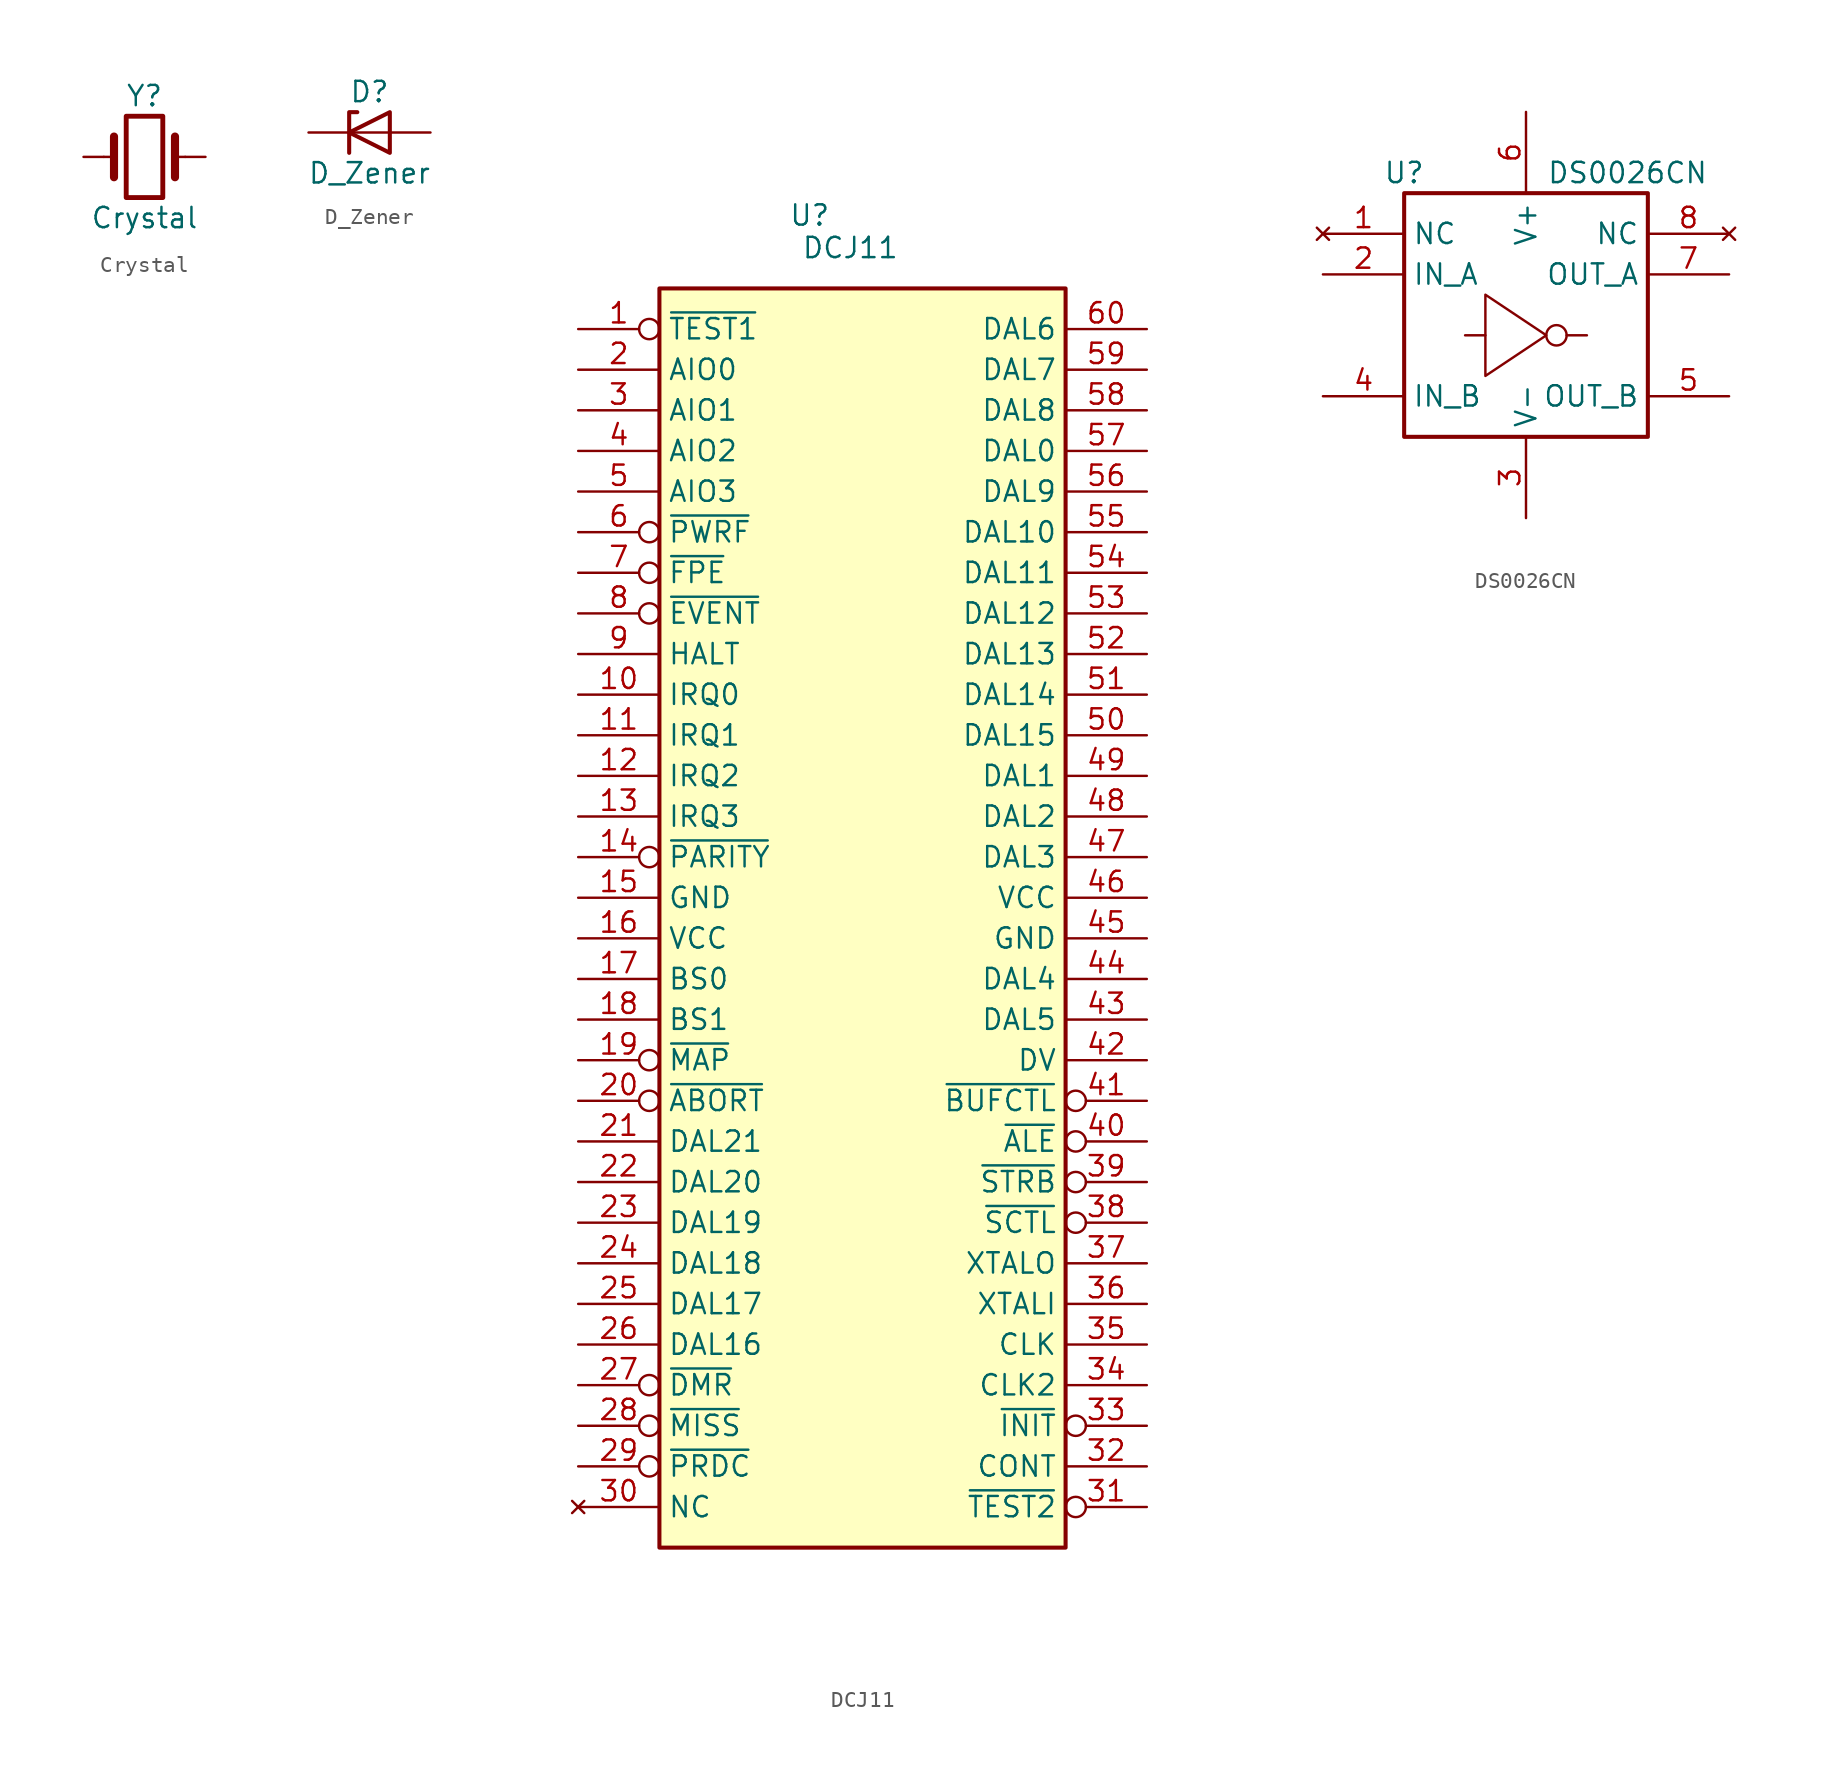
<source format=kicad_sym>
(kicad_symbol_lib
  (version 20241209)
  (generator "kicad_symbol_editor")
  (generator_version "9.0")
  (symbol "Crystal"
    (pin_numbers
      (hide yes))
    (pin_names
      (offset 1.016)
      (hide yes))
    (property "Reference" "Y"
      (at 0 3.81 0)
      (effects (font (size 1.27 1.27))))
    (property "Value" "Crystal"
      (at 0 -3.81 0)
      (effects (font (size 1.27 1.27))))
    (symbol "Crystal_0_1"
      (polyline (pts (xy -2.54 0) (xy -1.905 0)) (stroke (width 0) (type default)) (fill (type none)))
      (polyline (pts (xy -1.905 -1.27) (xy -1.905 1.27)) (stroke (width 0.508) (type default)) (fill (type none)))
      (rectangle (start -1.143 2.54) (end 1.143 -2.54) (stroke (width 0.305) (type default)) (fill (type none)))
      (polyline (pts (xy 1.905 -1.27) (xy 1.905 1.27)) (stroke (width 0.508) (type default)) (fill (type none)))
      (polyline (pts (xy 2.54 0) (xy 1.905 0)) (stroke (width 0) (type default)) (fill (type none))))
    (symbol "Crystal_1_1"
      (pin passive line (at -3.81 0 0) (length 1.27) (name "1" (effects (font (size 1.27 1.27)))) (number "1" (effects (font (size 1.27 1.27)))))
      (pin passive line (at 3.81 0 180) (length 1.27) (name "2" (effects (font (size 1.27 1.27)))) (number "2" (effects (font (size 1.27 1.27)))))))
  (symbol "D_Zener"
    (pin_numbers
      (hide yes))
    (pin_names
      (offset 1.016)
      (hide yes))
    (property "Reference" "D"
      (at 0 2.54 0)
      (effects (font (size 1.27 1.27))))
    (property "Value" "D_Zener"
      (at 0 -2.54 0)
      (effects (font (size 1.27 1.27))))
    (symbol "D_Zener_0_1"
      (polyline (pts (xy -1.27 -1.27) (xy -1.27 1.27) (xy -0.762 1.27)) (stroke (width 0.254) (type default)) (fill (type none)))
      (polyline (pts (xy 1.27 0) (xy -1.27 0)) (stroke (width 0) (type default)) (fill (type none)))
      (polyline (pts (xy 1.27 -1.27) (xy 1.27 1.27) (xy -1.27 0) (xy 1.27 -1.27)) (stroke (width 0.254) (type default)) (fill (type none))))
    (symbol "D_Zener_1_1"
      (pin passive line (at -3.81 0 0) (length 2.54) (name "K" (effects (font (size 1.27 1.27)))) (number "1" (effects (font (size 1.27 1.27)))))
      (pin passive line (at 3.81 0 180) (length 2.54) (name "A" (effects (font (size 1.27 1.27)))) (number "2" (effects (font (size 1.27 1.27)))))))
  (symbol "DCJ11"
    (property "Reference" "U"
      (at -3.302 42.672 0)
      (effects (font (size 1.27 1.27))))
    (property "Value" "DCJ11"
      (at -0.762 40.64 0)
      (effects (font (size 1.27 1.27))))
    (symbol "DCJ11_0_1"
      (rectangle (start -12.7 38.1) (end 12.7 -40.64) (stroke (width 0.254) (type default)) (fill (type background))))
    (symbol "DCJ11_1_1"
      (pin input inverted (at -17.78 35.56 0) (length 5.08) (name "~{TEST1}" (effects (font (size 1.27 1.27)))) (number "1" (effects (font (size 1.27 1.27)))))
      (pin bidirectional line (at -17.78 33.02 0) (length 5.08) (name "AIO0" (effects (font (size 1.27 1.27)))) (number "2" (effects (font (size 1.27 1.27)))))
      (pin bidirectional line (at -17.78 30.48 0) (length 5.08) (name "AIO1" (effects (font (size 1.27 1.27)))) (number "3" (effects (font (size 1.27 1.27)))))
      (pin bidirectional line (at -17.78 27.94 0) (length 5.08) (name "AIO2" (effects (font (size 1.27 1.27)))) (number "4" (effects (font (size 1.27 1.27)))))
      (pin bidirectional line (at -17.78 25.4 0) (length 5.08) (name "AIO3" (effects (font (size 1.27 1.27)))) (number "5" (effects (font (size 1.27 1.27)))))
      (pin input inverted (at -17.78 22.86 0) (length 5.08) (name "~{PWRF}" (effects (font (size 1.27 1.27)))) (number "6" (effects (font (size 1.27 1.27)))))
      (pin input inverted (at -17.78 20.32 0) (length 5.08) (name "~{FPE}" (effects (font (size 1.27 1.27)))) (number "7" (effects (font (size 1.27 1.27)))))
      (pin input inverted (at -17.78 17.78 0) (length 5.08) (name "~{EVENT}" (effects (font (size 1.27 1.27)))) (number "8" (effects (font (size 1.27 1.27)))))
      (pin input line (at -17.78 15.24 0) (length 5.08) (name "HALT" (effects (font (size 1.27 1.27)))) (number "9" (effects (font (size 1.27 1.27)))))
      (pin input line (at -17.78 12.7 0) (length 5.08) (name "IRQ0" (effects (font (size 1.27 1.27)))) (number "10" (effects (font (size 1.27 1.27)))))
      (pin input line (at -17.78 10.16 0) (length 5.08) (name "IRQ1" (effects (font (size 1.27 1.27)))) (number "11" (effects (font (size 1.27 1.27)))))
      (pin input line (at -17.78 7.62 0) (length 5.08) (name "IRQ2" (effects (font (size 1.27 1.27)))) (number "12" (effects (font (size 1.27 1.27)))))
      (pin input line (at -17.78 5.08 0) (length 5.08) (name "IRQ3" (effects (font (size 1.27 1.27)))) (number "13" (effects (font (size 1.27 1.27)))))
      (pin input inverted (at -17.78 2.54 0) (length 5.08) (name "~{PARITY}" (effects (font (size 1.27 1.27)))) (number "14" (effects (font (size 1.27 1.27)))))
      (pin power_in line (at -17.78 0 0) (length 5.08) (name "GND" (effects (font (size 1.27 1.27)))) (number "15" (effects (font (size 1.27 1.27)))))
      (pin power_in line (at -17.78 -2.54 0) (length 5.08) (name "VCC" (effects (font (size 1.27 1.27)))) (number "16" (effects (font (size 1.27 1.27)))))
      (pin output line (at -17.78 -5.08 0) (length 5.08) (name "BS0" (effects (font (size 1.27 1.27)))) (number "17" (effects (font (size 1.27 1.27)))))
      (pin output line (at -17.78 -7.62 0) (length 5.08) (name "BS1" (effects (font (size 1.27 1.27)))) (number "18" (effects (font (size 1.27 1.27)))))
      (pin output inverted (at -17.78 -10.16 0) (length 5.08) (name "~{MAP}" (effects (font (size 1.27 1.27)))) (number "19" (effects (font (size 1.27 1.27)))))
      (pin bidirectional inverted (at -17.78 -12.7 0) (length 5.08) (name "~{ABORT}" (effects (font (size 1.27 1.27)))) (number "20" (effects (font (size 1.27 1.27)))))
      (pin output line (at -17.78 -15.24 0) (length 5.08) (name "DAL21" (effects (font (size 1.27 1.27)))) (number "21" (effects (font (size 1.27 1.27)))))
      (pin output line (at -17.78 -17.78 0) (length 5.08) (name "DAL20" (effects (font (size 1.27 1.27)))) (number "22" (effects (font (size 1.27 1.27)))))
      (pin output line (at -17.78 -20.32 0) (length 5.08) (name "DAL19" (effects (font (size 1.27 1.27)))) (number "23" (effects (font (size 1.27 1.27)))))
      (pin output line (at -17.78 -22.86 0) (length 5.08) (name "DAL18" (effects (font (size 1.27 1.27)))) (number "24" (effects (font (size 1.27 1.27)))))
      (pin output line (at -17.78 -25.4 0) (length 5.08) (name "DAL17" (effects (font (size 1.27 1.27)))) (number "25" (effects (font (size 1.27 1.27)))))
      (pin output line (at -17.78 -27.94 0) (length 5.08) (name "DAL16" (effects (font (size 1.27 1.27)))) (number "26" (effects (font (size 1.27 1.27)))))
      (pin input inverted (at -17.78 -30.48 0) (length 5.08) (name "~{DMR}" (effects (font (size 1.27 1.27)))) (number "27" (effects (font (size 1.27 1.27)))))
      (pin input inverted (at -17.78 -33.02 0) (length 5.08) (name "~{MISS}" (effects (font (size 1.27 1.27)))) (number "28" (effects (font (size 1.27 1.27)))))
      (pin output inverted (at -17.78 -35.56 0) (length 5.08) (name "~{PRDC}" (effects (font (size 1.27 1.27)))) (number "29" (effects (font (size 1.27 1.27)))))
      (pin no_connect line (at -17.78 -38.1 0) (length 5.08) (name "NC" (effects (font (size 1.27 1.27)))) (number "30" (effects (font (size 1.27 1.27)))))
      (pin bidirectional line (at 17.78 35.56 180) (length 5.08) (name "DAL6" (effects (font (size 1.27 1.27)))) (number "60" (effects (font (size 1.27 1.27)))))
      (pin bidirectional line (at 17.78 33.02 180) (length 5.08) (name "DAL7" (effects (font (size 1.27 1.27)))) (number "59" (effects (font (size 1.27 1.27)))))
      (pin bidirectional line (at 17.78 30.48 180) (length 5.08) (name "DAL8" (effects (font (size 1.27 1.27)))) (number "58" (effects (font (size 1.27 1.27)))))
      (pin bidirectional line (at 17.78 27.94 180) (length 5.08) (name "DAL0" (effects (font (size 1.27 1.27)))) (number "57" (effects (font (size 1.27 1.27)))))
      (pin bidirectional line (at 17.78 25.4 180) (length 5.08) (name "DAL9" (effects (font (size 1.27 1.27)))) (number "56" (effects (font (size 1.27 1.27)))))
      (pin bidirectional line (at 17.78 22.86 180) (length 5.08) (name "DAL10" (effects (font (size 1.27 1.27)))) (number "55" (effects (font (size 1.27 1.27)))))
      (pin bidirectional line (at 17.78 20.32 180) (length 5.08) (name "DAL11" (effects (font (size 1.27 1.27)))) (number "54" (effects (font (size 1.27 1.27)))))
      (pin bidirectional line (at 17.78 17.78 180) (length 5.08) (name "DAL12" (effects (font (size 1.27 1.27)))) (number "53" (effects (font (size 1.27 1.27)))))
      (pin bidirectional line (at 17.78 15.24 180) (length 5.08) (name "DAL13" (effects (font (size 1.27 1.27)))) (number "52" (effects (font (size 1.27 1.27)))))
      (pin bidirectional line (at 17.78 12.7 180) (length 5.08) (name "DAL14" (effects (font (size 1.27 1.27)))) (number "51" (effects (font (size 1.27 1.27)))))
      (pin bidirectional line (at 17.78 10.16 180) (length 5.08) (name "DAL15" (effects (font (size 1.27 1.27)))) (number "50" (effects (font (size 1.27 1.27)))))
      (pin bidirectional line (at 17.78 7.62 180) (length 5.08) (name "DAL1" (effects (font (size 1.27 1.27)))) (number "49" (effects (font (size 1.27 1.27)))))
      (pin bidirectional line (at 17.78 5.08 180) (length 5.08) (name "DAL2" (effects (font (size 1.27 1.27)))) (number "48" (effects (font (size 1.27 1.27)))))
      (pin bidirectional line (at 17.78 2.54 180) (length 5.08) (name "DAL3" (effects (font (size 1.27 1.27)))) (number "47" (effects (font (size 1.27 1.27)))))
      (pin power_in line (at 17.78 0 180) (length 5.08) (name "VCC" (effects (font (size 1.27 1.27)))) (number "46" (effects (font (size 1.27 1.27)))))
      (pin power_in line (at 17.78 -2.54 180) (length 5.08) (name "GND" (effects (font (size 1.27 1.27)))) (number "45" (effects (font (size 1.27 1.27)))))
      (pin bidirectional line (at 17.78 -5.08 180) (length 5.08) (name "DAL4" (effects (font (size 1.27 1.27)))) (number "44" (effects (font (size 1.27 1.27)))))
      (pin bidirectional line (at 17.78 -7.62 180) (length 5.08) (name "DAL5" (effects (font (size 1.27 1.27)))) (number "43" (effects (font (size 1.27 1.27)))))
      (pin input line (at 17.78 -10.16 180) (length 5.08) (name "DV" (effects (font (size 1.27 1.27)))) (number "42" (effects (font (size 1.27 1.27)))))
      (pin output inverted (at 17.78 -12.7 180) (length 5.08) (name "~{BUFCTL}" (effects (font (size 1.27 1.27)))) (number "41" (effects (font (size 1.27 1.27)))))
      (pin output inverted (at 17.78 -15.24 180) (length 5.08) (name "~{ALE}" (effects (font (size 1.27 1.27)))) (number "40" (effects (font (size 1.27 1.27)))))
      (pin output inverted (at 17.78 -17.78 180) (length 5.08) (name "~{STRB}" (effects (font (size 1.27 1.27)))) (number "39" (effects (font (size 1.27 1.27)))))
      (pin output inverted (at 17.78 -20.32 180) (length 5.08) (name "~{SCTL}" (effects (font (size 1.27 1.27)))) (number "38" (effects (font (size 1.27 1.27)))))
      (pin output line (at 17.78 -22.86 180) (length 5.08) (name "XTALO" (effects (font (size 1.27 1.27)))) (number "37" (effects (font (size 1.27 1.27)))))
      (pin input line (at 17.78 -25.4 180) (length 5.08) (name "XTALI" (effects (font (size 1.27 1.27)))) (number "36" (effects (font (size 1.27 1.27)))))
      (pin output line (at 17.78 -27.94 180) (length 5.08) (name "CLK" (effects (font (size 1.27 1.27)))) (number "35" (effects (font (size 1.27 1.27)))))
      (pin output line (at 17.78 -30.48 180) (length 5.08) (name "CLK2" (effects (font (size 1.27 1.27)))) (number "34" (effects (font (size 1.27 1.27)))))
      (pin input inverted (at 17.78 -33.02 180) (length 5.08) (name "~{INIT}" (effects (font (size 1.27 1.27)))) (number "33" (effects (font (size 1.27 1.27)))))
      (pin input line (at 17.78 -35.56 180) (length 5.08) (name "CONT" (effects (font (size 1.27 1.27)))) (number "32" (effects (font (size 1.27 1.27)))))
      (pin input inverted (at 17.78 -38.1 180) (length 5.08) (name "~{TEST2}" (effects (font (size 1.27 1.27)))) (number "31" (effects (font (size 1.27 1.27)))))))
  (symbol "DS0026CN"
    (property "Reference" "U"
      (at -7.62 -11.43 0)
      (effects (font (size 1.27 1.27))))
    (property "Value" "DS0026CN"
      (at 6.35 -11.43 0)
      (effects (font (size 1.27 1.27))))
    (symbol "DS0026CN_0_1"
      (circle (center 1.905 -21.59) (radius 0.637) (stroke (width 0) (type default)) (fill (type none))))
    (symbol "DS0026CN_1_0"
      (pin no_connect line (at -12.7 -15.24 0) (length 5.08) (name "NC" (effects (font (size 1.27 1.27)))) (number "1" (effects (font (size 1.27 1.27)))))
      (pin input line (at -12.7 -17.78 0) (length 5.08) (name "IN_A" (effects (font (size 1.27 1.27)))) (number "2" (effects (font (size 1.27 1.27)))))
      (pin input line (at -12.7 -25.4 0) (length 5.08) (name "IN_B" (effects (font (size 1.27 1.27)))) (number "4" (effects (font (size 1.27 1.27)))))
      (pin power_in line (at 0 -7.62 270) (length 5.08) (name "V+" (effects (font (size 1.27 1.27)))) (number "6" (effects (font (size 1.27 1.27)))))
      (pin power_in line (at 0 -33.02 90) (length 5.08) (name "V-" (effects (font (size 1.27 1.27)))) (number "3" (effects (font (size 1.27 1.27)))))
      (pin no_connect line (at 12.7 -15.24 180) (length 5.08) (name "NC" (effects (font (size 1.27 1.27)))) (number "8" (effects (font (size 1.27 1.27)))))
      (pin output line (at 12.7 -17.78 180) (length 5.08) (name "OUT_A" (effects (font (size 1.27 1.27)))) (number "7" (effects (font (size 1.27 1.27)))))
      (pin output line (at 12.7 -25.4 180) (length 5.08) (name "OUT_B" (effects (font (size 1.27 1.27)))) (number "5" (effects (font (size 1.27 1.27))))))
    (symbol "DS0026CN_1_1"
      (rectangle (start -7.62 -12.7) (end 7.62 -27.94) (stroke (width 0.254) (type default)) (fill (type none)))
      (polyline (pts (xy -2.54 -21.59) (xy -3.81 -21.59)) (stroke (width 0) (type default)) (fill (type none)))
      (polyline (pts (xy 1.27 -21.59) (xy -2.54 -19.05) (xy -2.54 -24.13) (xy 1.27 -21.59)) (stroke (width 0) (type default)) (fill (type none)))
      (polyline (pts (xy 2.54 -21.59) (xy 3.81 -21.59)) (stroke (width 0) (type default)) (fill (type none))))))
</source>
